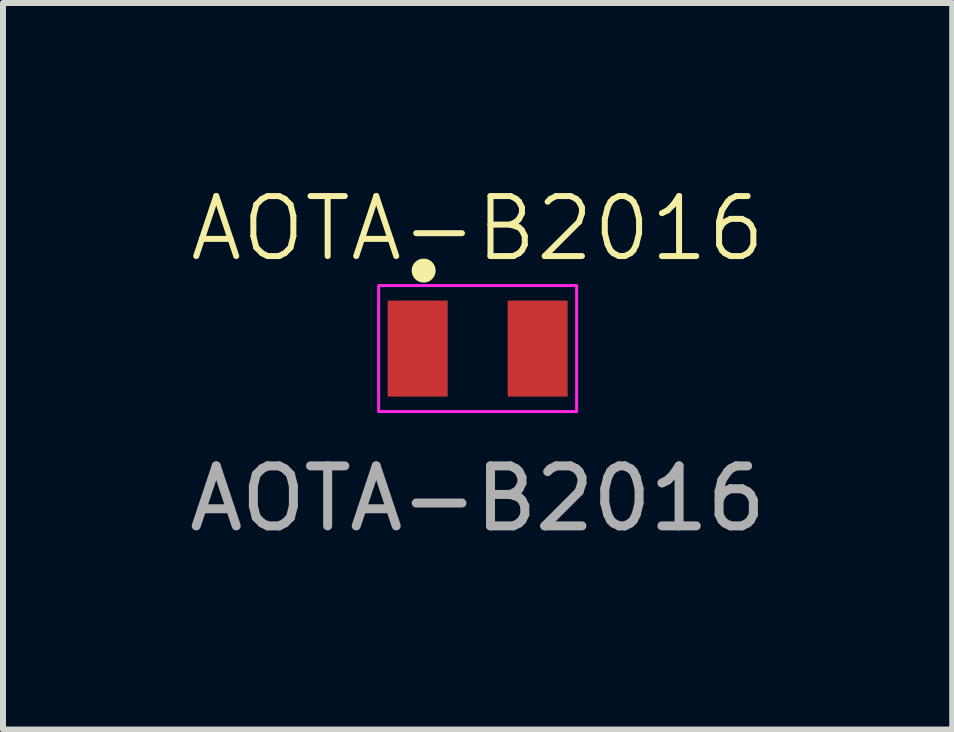
<source format=kicad_pcb>
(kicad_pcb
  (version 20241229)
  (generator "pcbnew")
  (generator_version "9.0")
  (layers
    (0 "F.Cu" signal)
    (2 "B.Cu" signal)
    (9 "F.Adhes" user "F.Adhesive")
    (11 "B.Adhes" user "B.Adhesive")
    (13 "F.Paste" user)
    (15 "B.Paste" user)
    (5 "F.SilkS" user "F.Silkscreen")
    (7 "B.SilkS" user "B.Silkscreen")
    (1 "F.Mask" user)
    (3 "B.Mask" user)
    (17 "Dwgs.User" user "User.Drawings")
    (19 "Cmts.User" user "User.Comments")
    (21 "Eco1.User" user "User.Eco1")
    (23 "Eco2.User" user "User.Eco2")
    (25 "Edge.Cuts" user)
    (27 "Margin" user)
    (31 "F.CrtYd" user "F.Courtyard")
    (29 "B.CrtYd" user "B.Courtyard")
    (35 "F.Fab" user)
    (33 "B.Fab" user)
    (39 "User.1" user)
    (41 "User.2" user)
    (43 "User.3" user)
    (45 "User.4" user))
  (footprint "AOTA-B2016"
    (layer "F.Cu")
    (at 4.911 2.76)
    (property "Reference" "AOTA-B2016" (at 0 -2 0) (unlocked yes) (layer "F.SilkS") (effects (font (size 1 1) (thickness 0.1))))
    (attr smd)
    (fp_circle (center -0.9 -1.3) (end -0.75 -1.3) (stroke (width 0.1) (type solid)) (fill yes) (layer "F.SilkS"))
    (fp_rect (start -1.65 -1.05) (end 1.65 1.05) (stroke (width 0.05) (type solid)) (fill no) (layer "F.CrtYd"))
    (fp_text user "${REFERENCE}" (at 0 2.5 0) (unlocked yes) (layer "F.Fab") (effects (font (size 1 1) (thickness 0.15))))
    (pad "1" smd rect (at -1 0) (size 1 1.6) (layers "F.Cu" "F.Mask" "F.Paste"))
    (pad "2" smd rect (at 1 0) (size 1 1.6) (layers "F.Cu" "F.Mask" "F.Paste")))
  (gr_rect
    (start -3 -3)
    (end 12.821 9.109)
    (stroke (width 0.1) (type default))
    (fill no)
    (layer "Edge.Cuts")))
</source>
